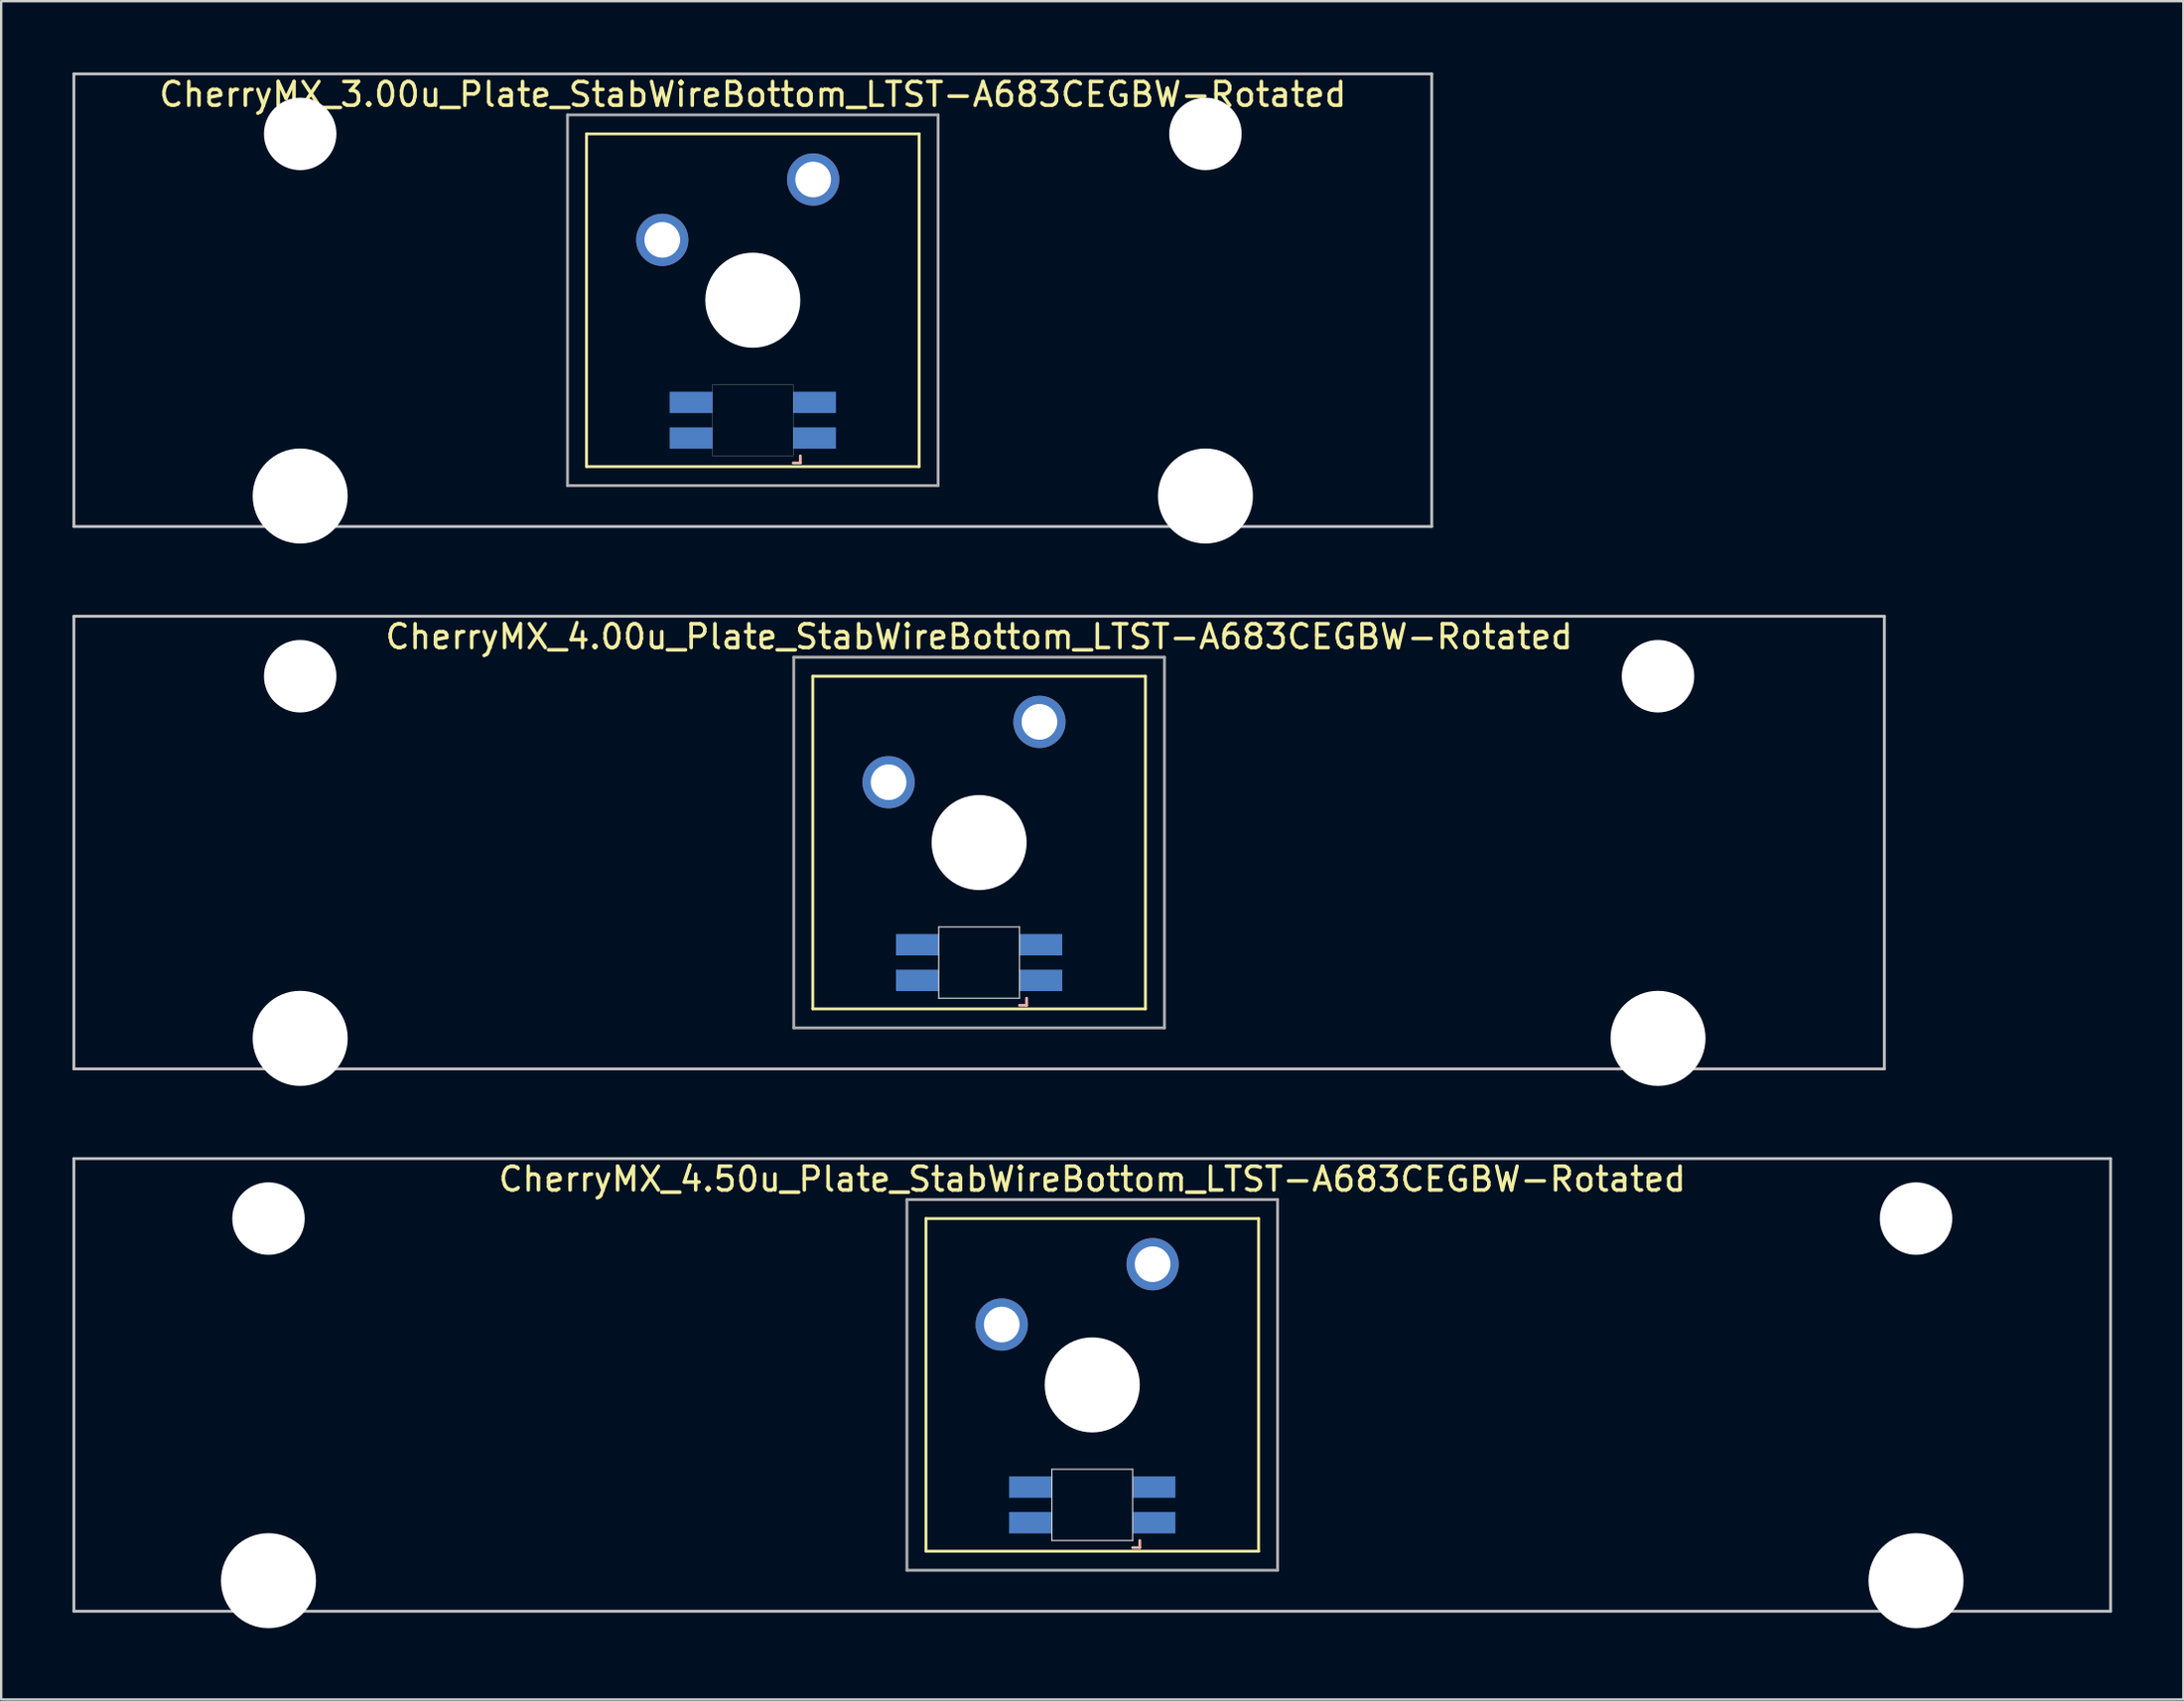
<source format=kicad_pcb>
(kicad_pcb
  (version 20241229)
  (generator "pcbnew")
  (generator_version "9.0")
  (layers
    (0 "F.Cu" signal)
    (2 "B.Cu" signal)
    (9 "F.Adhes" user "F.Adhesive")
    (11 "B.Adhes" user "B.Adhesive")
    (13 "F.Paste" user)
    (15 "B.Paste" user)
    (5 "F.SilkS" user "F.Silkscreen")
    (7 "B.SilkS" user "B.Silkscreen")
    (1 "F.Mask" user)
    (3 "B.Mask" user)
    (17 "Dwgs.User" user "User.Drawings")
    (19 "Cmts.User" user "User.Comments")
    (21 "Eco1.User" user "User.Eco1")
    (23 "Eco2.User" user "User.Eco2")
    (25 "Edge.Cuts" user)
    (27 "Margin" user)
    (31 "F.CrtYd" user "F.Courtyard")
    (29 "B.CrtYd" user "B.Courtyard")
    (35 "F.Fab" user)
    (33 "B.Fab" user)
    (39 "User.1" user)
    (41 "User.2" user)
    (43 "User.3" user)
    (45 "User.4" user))
  (footprint "CherryMX_3.00u_Plate_StabWireBottom_LTST-A683CEGBW-Rotated"
    (layer "F.Cu")
    (at 28.635 9.585)
    (property "Reference" "CherryMX_3.00u_Plate_StabWireBottom_LTST-A683CEGBW-Rotated" (at 0 -8.662 0) (layer "F.SilkS") (effects (font (size 1 1) (thickness 0.15))))
    (attr through_hole)
    (fp_line (start -7 -7) (end -7 7) (stroke (width 0.12) (type solid)) (layer "F.SilkS"))
    (fp_line (start -7 -7) (end 7 -7) (stroke (width 0.12) (type solid)) (layer "F.SilkS"))
    (fp_line (start 7 -7) (end 7 7) (stroke (width 0.12) (type solid)) (layer "F.SilkS"))
    (fp_line (start 7 7) (end -7 7) (stroke (width 0.12) (type solid)) (layer "F.SilkS"))
    (fp_line (start 1.7 6.85) (end 2 6.85) (stroke (width 0.12) (type solid)) (layer "B.SilkS"))
    (fp_line (start 2 6.85) (end 2 6.55) (stroke (width 0.12) (type solid)) (layer "B.SilkS"))
    (fp_line (start -28.575 -9.525) (end 28.575 -9.525) (stroke (width 0.12) (type solid)) (layer "Dwgs.User"))
    (fp_line (start -28.575 9.525) (end -28.575 -9.525) (stroke (width 0.12) (type solid)) (layer "Dwgs.User"))
    (fp_line (start 28.575 -9.525) (end 28.575 9.525) (stroke (width 0.12) (type solid)) (layer "Dwgs.User"))
    (fp_line (start 28.575 9.525) (end -28.575 9.525) (stroke (width 0.12) (type solid)) (layer "Dwgs.User"))
    (fp_poly (pts (xy -1.7 3.55) (xy 1.7 3.55) (xy 1.7 6.55) (xy -1.7 6.55)) (stroke (width 0.01) (type solid)) (fill no) (layer "Edge.Cuts"))
    (fp_line (start -7.8 -7.8) (end -7.8 7.8) (stroke (width 0.12) (type solid)) (layer "F.Fab"))
    (fp_line (start -7.8 -7.8) (end 7.8 -7.8) (stroke (width 0.12) (type solid)) (layer "F.Fab"))
    (fp_line (start -7.8 7.8) (end 7.8 7.8) (stroke (width 0.12) (type solid)) (layer "F.Fab"))
    (fp_line (start 7.8 -7.8) (end 7.8 7.8) (stroke (width 0.12) (type solid)) (layer "F.Fab"))
    (pad "" np_thru_hole circle (at -19.05 -7) (size 3.05 3.05) (drill 3.05) (layers "*.Cu" "*.Mask"))
    (pad "" np_thru_hole circle (at -19.05 8.24) (size 4 4) (drill 4) (layers "*.Cu" "*.Mask"))
    (pad "" np_thru_hole circle (at 0 0) (size 4 4) (drill 4) (layers "*.Cu" "*.Mask"))
    (pad "" np_thru_hole circle (at 19.05 -7) (size 3.05 3.05) (drill 3.05) (layers "*.Cu" "*.Mask"))
    (pad "" np_thru_hole circle (at 19.05 8.24) (size 4 4) (drill 4) (layers "*.Cu" "*.Mask"))
    (pad "1" thru_hole circle (at -3.81 -2.54) (size 2.2 2.2) (drill 1.5) (layers "*.Cu" "*.Mask"))
    (pad "2" thru_hole circle (at 2.54 -5.08) (size 2.2 2.2) (drill 1.5) (layers "*.Cu" "*.Mask"))
    (pad "3" smd rect (at 2.6 5.8 180) (size 1.8 0.9) (layers "B.Cu" "B.Mask" "B.Paste"))
    (pad "4" smd rect (at 2.6 4.3 180) (size 1.8 0.9) (layers "B.Cu" "B.Mask" "B.Paste"))
    (pad "5" smd rect (at -2.6 5.8 180) (size 1.8 0.9) (layers "B.Cu" "B.Mask" "B.Paste"))
    (pad "6" smd rect (at -2.6 4.3 180) (size 1.8 0.9) (layers "B.Cu" "B.Mask" "B.Paste")))
  (footprint "CherryMX_4.00u_Plate_StabWireBottom_LTST-A683CEGBW-Rotated"
    (layer "F.Cu")
    (at 38.16 32.41)
    (property "Reference" "CherryMX_4.00u_Plate_StabWireBottom_LTST-A683CEGBW-Rotated" (at 0 -8.662 0) (layer "F.SilkS") (effects (font (size 1 1) (thickness 0.15))))
    (attr through_hole)
    (fp_line (start -7 -7) (end -7 7) (stroke (width 0.12) (type solid)) (layer "F.SilkS"))
    (fp_line (start -7 -7) (end 7 -7) (stroke (width 0.12) (type solid)) (layer "F.SilkS"))
    (fp_line (start 7 -7) (end 7 7) (stroke (width 0.12) (type solid)) (layer "F.SilkS"))
    (fp_line (start 7 7) (end -7 7) (stroke (width 0.12) (type solid)) (layer "F.SilkS"))
    (fp_line (start 1.7 6.85) (end 2 6.85) (stroke (width 0.12) (type solid)) (layer "B.SilkS"))
    (fp_line (start 2 6.85) (end 2 6.55) (stroke (width 0.12) (type solid)) (layer "B.SilkS"))
    (fp_line (start -38.1 -9.525) (end 38.1 -9.525) (stroke (width 0.12) (type solid)) (layer "Dwgs.User"))
    (fp_line (start -38.1 9.525) (end -38.1 -9.525) (stroke (width 0.12) (type solid)) (layer "Dwgs.User"))
    (fp_line (start 38.1 -9.525) (end 38.1 9.525) (stroke (width 0.12) (type solid)) (layer "Dwgs.User"))
    (fp_line (start 38.1 9.525) (end -38.1 9.525) (stroke (width 0.12) (type solid)) (layer "Dwgs.User"))
    (fp_line (start -1.7 3.55) (end 1.7 3.55) (stroke (width 0.05) (type solid)) (layer "Edge.Cuts"))
    (fp_line (start -1.7 6.55) (end -1.7 3.55) (stroke (width 0.05) (type solid)) (layer "Edge.Cuts"))
    (fp_line (start 1.7 3.55) (end 1.7 6.55) (stroke (width 0.05) (type solid)) (layer "Edge.Cuts"))
    (fp_line (start 1.7 6.55) (end -1.7 6.55) (stroke (width 0.05) (type solid)) (layer "Edge.Cuts"))
    (fp_line (start -7.8 -7.8) (end -7.8 7.8) (stroke (width 0.12) (type solid)) (layer "F.Fab"))
    (fp_line (start -7.8 -7.8) (end 7.8 -7.8) (stroke (width 0.12) (type solid)) (layer "F.Fab"))
    (fp_line (start -7.8 7.8) (end 7.8 7.8) (stroke (width 0.12) (type solid)) (layer "F.Fab"))
    (fp_line (start 7.8 -7.8) (end 7.8 7.8) (stroke (width 0.12) (type solid)) (layer "F.Fab"))
    (pad "" np_thru_hole circle (at -28.575 -7) (size 3.05 3.05) (drill 3.05) (layers "*.Cu" "*.Mask"))
    (pad "" np_thru_hole circle (at -28.575 8.24) (size 4 4) (drill 4) (layers "*.Cu" "*.Mask"))
    (pad "" np_thru_hole circle (at 0 0) (size 4 4) (drill 4) (layers "*.Cu" "*.Mask"))
    (pad "" np_thru_hole circle (at 28.575 -7) (size 3.05 3.05) (drill 3.05) (layers "*.Cu" "*.Mask"))
    (pad "" np_thru_hole circle (at 28.575 8.24) (size 4 4) (drill 4) (layers "*.Cu" "*.Mask"))
    (pad "1" thru_hole circle (at -3.81 -2.54) (size 2.2 2.2) (drill 1.5) (layers "*.Cu" "*.Mask"))
    (pad "2" thru_hole circle (at 2.54 -5.08) (size 2.2 2.2) (drill 1.5) (layers "*.Cu" "*.Mask"))
    (pad "3" smd rect (at 2.6 5.8 180) (size 1.8 0.9) (layers "B.Cu" "B.Mask" "B.Paste"))
    (pad "4" smd rect (at 2.6 4.3 180) (size 1.8 0.9) (layers "B.Cu" "B.Mask" "B.Paste"))
    (pad "5" smd rect (at -2.6 5.8 180) (size 1.8 0.9) (layers "B.Cu" "B.Mask" "B.Paste"))
    (pad "6" smd rect (at -2.6 4.3 180) (size 1.8 0.9) (layers "B.Cu" "B.Mask" "B.Paste")))
  (footprint "CherryMX_4.50u_Plate_StabWireBottom_LTST-A683CEGBW-Rotated"
    (layer "F.Cu")
    (at 42.922 55.235)
    (property "Reference" "CherryMX_4.50u_Plate_StabWireBottom_LTST-A683CEGBW-Rotated" (at 0 -8.662 0) (layer "F.SilkS") (effects (font (size 1 1) (thickness 0.15))))
    (attr through_hole)
    (fp_line (start -7 -7) (end -7 7) (stroke (width 0.12) (type solid)) (layer "F.SilkS"))
    (fp_line (start -7 -7) (end 7 -7) (stroke (width 0.12) (type solid)) (layer "F.SilkS"))
    (fp_line (start 7 -7) (end 7 7) (stroke (width 0.12) (type solid)) (layer "F.SilkS"))
    (fp_line (start 7 7) (end -7 7) (stroke (width 0.12) (type solid)) (layer "F.SilkS"))
    (fp_line (start 1.7 6.85) (end 2 6.85) (stroke (width 0.12) (type solid)) (layer "B.SilkS"))
    (fp_line (start 2 6.85) (end 2 6.55) (stroke (width 0.12) (type solid)) (layer "B.SilkS"))
    (fp_line (start -42.862 -9.525) (end 42.862 -9.525) (stroke (width 0.12) (type solid)) (layer "Dwgs.User"))
    (fp_line (start -42.862 9.525) (end -42.862 -9.525) (stroke (width 0.12) (type solid)) (layer "Dwgs.User"))
    (fp_line (start 42.862 -9.525) (end 42.862 9.525) (stroke (width 0.12) (type solid)) (layer "Dwgs.User"))
    (fp_line (start 42.862 9.525) (end -42.862 9.525) (stroke (width 0.12) (type solid)) (layer "Dwgs.User"))
    (fp_line (start -1.7 3.55) (end 1.7 3.55) (stroke (width 0.05) (type solid)) (layer "Edge.Cuts"))
    (fp_line (start -1.7 6.55) (end -1.7 3.55) (stroke (width 0.05) (type solid)) (layer "Edge.Cuts"))
    (fp_line (start 1.7 3.55) (end 1.7 6.55) (stroke (width 0.05) (type solid)) (layer "Edge.Cuts"))
    (fp_line (start 1.7 6.55) (end -1.7 6.55) (stroke (width 0.05) (type solid)) (layer "Edge.Cuts"))
    (fp_line (start -7.8 -7.8) (end -7.8 7.8) (stroke (width 0.12) (type solid)) (layer "F.Fab"))
    (fp_line (start -7.8 -7.8) (end 7.8 -7.8) (stroke (width 0.12) (type solid)) (layer "F.Fab"))
    (fp_line (start -7.8 7.8) (end 7.8 7.8) (stroke (width 0.12) (type solid)) (layer "F.Fab"))
    (fp_line (start 7.8 -7.8) (end 7.8 7.8) (stroke (width 0.12) (type solid)) (layer "F.Fab"))
    (pad "" np_thru_hole circle (at -34.671 -7) (size 3.05 3.05) (drill 3.05) (layers "*.Cu" "*.Mask"))
    (pad "" np_thru_hole circle (at -34.671 8.24) (size 4 4) (drill 4) (layers "*.Cu" "*.Mask"))
    (pad "" np_thru_hole circle (at 0 0) (size 4 4) (drill 4) (layers "*.Cu" "*.Mask"))
    (pad "" np_thru_hole circle (at 34.671 -7) (size 3.05 3.05) (drill 3.05) (layers "*.Cu" "*.Mask"))
    (pad "" np_thru_hole circle (at 34.671 8.24) (size 4 4) (drill 4) (layers "*.Cu" "*.Mask"))
    (pad "1" thru_hole circle (at -3.81 -2.54) (size 2.2 2.2) (drill 1.5) (layers "*.Cu" "*.Mask"))
    (pad "2" thru_hole circle (at 2.54 -5.08) (size 2.2 2.2) (drill 1.5) (layers "*.Cu" "*.Mask"))
    (pad "3" smd rect (at 2.6 5.8 180) (size 1.8 0.9) (layers "B.Cu" "B.Mask" "B.Paste"))
    (pad "4" smd rect (at 2.6 4.3 180) (size 1.8 0.9) (layers "B.Cu" "B.Mask" "B.Paste"))
    (pad "5" smd rect (at -2.6 5.8 180) (size 1.8 0.9) (layers "B.Cu" "B.Mask" "B.Paste"))
    (pad "6" smd rect (at -2.6 4.3 180) (size 1.8 0.9) (layers "B.Cu" "B.Mask" "B.Paste")))
  (gr_rect
    (start -3 -3)
    (end 88.845 68.475)
    (stroke (width 0.1) (type default))
    (fill no)
    (layer "Edge.Cuts")))
</source>
